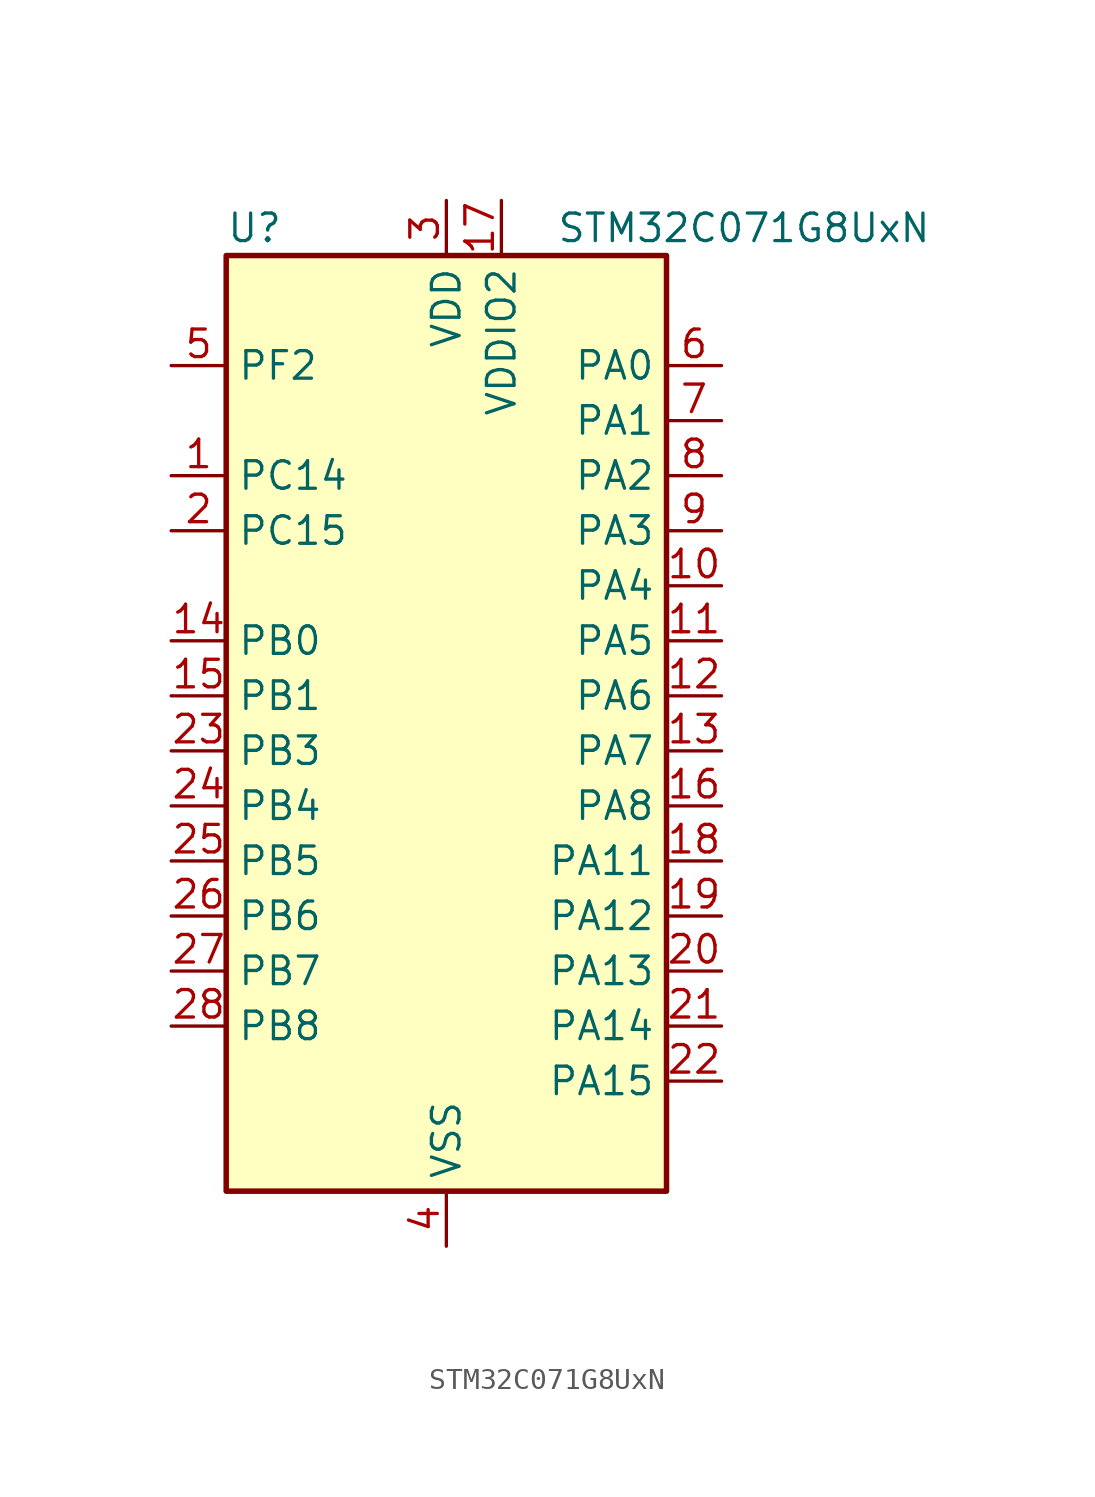
<source format=kicad_sym>
(kicad_symbol_lib
  (version 20241209)
  (generator "kicad_symbol_editor")
  (generator_version "9.0")
  (symbol "STM32C071G8UxN"
    (property "Reference" "U"
      (at -10.16 24.13 0)
      (effects (font (size 1.27 1.27)) (justify left)))
    (property "Value" "STM32C071G8UxN"
      (at 5.08 24.13 0)
      (effects (font (size 1.27 1.27)) (justify left)))
    (symbol "STM32C071G8UxN_0_1"
      (rectangle (start -10.16 -20.32) (end 10.16 22.86) (stroke (width 0.254) (type default)) (fill (type background))))
    (symbol "STM32C071G8UxN_1_1"
      (pin bidirectional line (at -12.7 17.78 0) (length 2.54) (name "PF2" (effects (font (size 1.27 1.27)))) (number "5" (effects (font (size 1.27 1.27)))) (alternate "RCC_MCO" bidirectional line) (alternate "TIM1_CH4" bidirectional line))
      (pin bidirectional line (at -12.7 12.7 0) (length 2.54) (name "PC14" (effects (font (size 1.27 1.27)))) (number "1" (effects (font (size 1.27 1.27)))) (alternate "I2C1_SDA" bidirectional line) (alternate "IR_OUT" bidirectional line) (alternate "RCC_OSCX_IN" bidirectional line) (alternate "SPI2_NSS" bidirectional line) (alternate "TIM17_CH1" bidirectional line) (alternate "TIM1_BKIN2" bidirectional line) (alternate "TIM1_ETR" bidirectional line) (alternate "TIM3_CH2" bidirectional line) (alternate "USART1_TX" bidirectional line) (alternate "USART2_CK" bidirectional line) (alternate "USART2_DE" bidirectional line) (alternate "USART2_RTS" bidirectional line))
      (pin bidirectional line (at -12.7 10.16 0) (length 2.54) (name "PC15" (effects (font (size 1.27 1.27)))) (number "2" (effects (font (size 1.27 1.27)))) (alternate "RCC_OSC32_EN" bidirectional line) (alternate "RCC_OSCX_OUT" bidirectional line) (alternate "RCC_OSC_EN" bidirectional line) (alternate "TIM1_ETR" bidirectional line) (alternate "TIM3_CH3" bidirectional line))
      (pin bidirectional line (at -12.7 5.08 0) (length 2.54) (name "PB0" (effects (font (size 1.27 1.27)))) (number "14" (effects (font (size 1.27 1.27)))) (alternate "ADC1_IN17" bidirectional line) (alternate "I2S1_WS" bidirectional line) (alternate "SPI1_NSS" bidirectional line) (alternate "TIM1_CH2N" bidirectional line) (alternate "TIM3_CH3" bidirectional line))
      (pin bidirectional line (at -12.7 2.54 0) (length 2.54) (name "PB1" (effects (font (size 1.27 1.27)))) (number "15" (effects (font (size 1.27 1.27)))) (alternate "ADC1_IN18" bidirectional line) (alternate "TIM14_CH1" bidirectional line) (alternate "TIM1_CH2N" bidirectional line) (alternate "TIM1_CH3N" bidirectional line) (alternate "TIM3_CH4" bidirectional line))
      (pin bidirectional line (at -12.7 0 0) (length 2.54) (name "PB3" (effects (font (size 1.27 1.27)))) (number "23" (effects (font (size 1.27 1.27)))) (alternate "I2C2_SCL" bidirectional line) (alternate "I2S1_CK" bidirectional line) (alternate "SPI1_SCK" bidirectional line) (alternate "TIM1_CH2" bidirectional line) (alternate "TIM2_CH2" bidirectional line) (alternate "TIM3_CH2" bidirectional line) (alternate "USART1_CK" bidirectional line) (alternate "USART1_DE" bidirectional line) (alternate "USART1_RTS" bidirectional line))
      (pin bidirectional line (at -12.7 -2.54 0) (length 2.54) (name "PB4" (effects (font (size 1.27 1.27)))) (number "24" (effects (font (size 1.27 1.27)))) (alternate "I2C2_SDA" bidirectional line) (alternate "I2S1_MCK" bidirectional line) (alternate "SPI1_MISO" bidirectional line) (alternate "TIM17_BKIN" bidirectional line) (alternate "TIM3_CH1" bidirectional line) (alternate "USART1_CTS" bidirectional line) (alternate "USART1_NSS" bidirectional line))
      (pin bidirectional line (at -12.7 -5.08 0) (length 2.54) (name "PB5" (effects (font (size 1.27 1.27)))) (number "25" (effects (font (size 1.27 1.27)))) (alternate "I2C1_SMBA" bidirectional line) (alternate "I2S1_SD" bidirectional line) (alternate "PWR_WKUP6" bidirectional line) (alternate "SPI1_MOSI" bidirectional line) (alternate "TIM16_BKIN" bidirectional line) (alternate "TIM3_CH2" bidirectional line) (alternate "TIM3_CH3" bidirectional line))
      (pin bidirectional line (at -12.7 -7.62 0) (length 2.54) (name "PB6" (effects (font (size 1.27 1.27)))) (number "26" (effects (font (size 1.27 1.27)))) (alternate "I2C1_SCL" bidirectional line) (alternate "I2C1_SMBA" bidirectional line) (alternate "I2S1_CK" bidirectional line) (alternate "I2S1_MCK" bidirectional line) (alternate "I2S1_SD" bidirectional line) (alternate "PWR_WKUP3" bidirectional line) (alternate "SPI1_MISO" bidirectional line) (alternate "SPI1_MOSI" bidirectional line) (alternate "SPI1_SCK" bidirectional line) (alternate "SPI2_MISO" bidirectional line) (alternate "TIM16_BKIN" bidirectional line) (alternate "TIM16_CH1N" bidirectional line) (alternate "TIM17_BKIN" bidirectional line) (alternate "TIM1_CH2" bidirectional line) (alternate "TIM1_CH3" bidirectional line) (alternate "TIM3_CH1" bidirectional line) (alternate "TIM3_CH2" bidirectional line) (alternate "TIM3_CH3" bidirectional line) (alternate "USART1_CTS" bidirectional line) (alternate "USART1_NSS" bidirectional line) (alternate "USART1_TX" bidirectional line))
      (pin bidirectional line (at -12.7 -10.16 0) (length 2.54) (name "PB7" (effects (font (size 1.27 1.27)))) (number "27" (effects (font (size 1.27 1.27)))) (alternate "I2C1_SCL" bidirectional line) (alternate "I2C1_SDA" bidirectional line) (alternate "RTC_REFIN" bidirectional line) (alternate "SPI2_MOSI" bidirectional line) (alternate "TIM16_CH1" bidirectional line) (alternate "TIM17_CH1N" bidirectional line) (alternate "TIM1_CH4" bidirectional line) (alternate "TIM3_CH1" bidirectional line) (alternate "TIM3_CH4" bidirectional line) (alternate "USART1_RX" bidirectional line) (alternate "USART2_CTS" bidirectional line) (alternate "USART2_NSS" bidirectional line))
      (pin bidirectional line (at -12.7 -12.7 0) (length 2.54) (name "PB8" (effects (font (size 1.27 1.27)))) (number "28" (effects (font (size 1.27 1.27)))) (alternate "I2C1_SCL" bidirectional line) (alternate "SPI2_SCK" bidirectional line) (alternate "TIM16_CH1" bidirectional line) (alternate "TIM3_CH1" bidirectional line) (alternate "USART2_CTS" bidirectional line) (alternate "USART2_NSS" bidirectional line))
      (pin power_in line (at 0 25.4 270) (length 2.54) (name "VDD" (effects (font (size 1.27 1.27)))) (number "3" (effects (font (size 1.27 1.27)))))
      (pin power_in line (at 0 -22.86 90) (length 2.54) (name "VSS" (effects (font (size 1.27 1.27)))) (number "4" (effects (font (size 1.27 1.27)))))
      (pin power_in line (at 2.54 25.4 270) (length 2.54) (name "VDDIO2" (effects (font (size 1.27 1.27)))) (number "17" (effects (font (size 1.27 1.27)))))
      (pin bidirectional line (at 12.7 17.78 180) (length 2.54) (name "PA0" (effects (font (size 1.27 1.27)))) (number "6" (effects (font (size 1.27 1.27)))) (alternate "ADC1_IN0" bidirectional line) (alternate "PWR_WKUP1" bidirectional line) (alternate "SPI2_SCK" bidirectional line) (alternate "TIM16_CH1" bidirectional line) (alternate "TIM1_CH1" bidirectional line) (alternate "TIM2_CH1" bidirectional line) (alternate "TIM2_ETR" bidirectional line) (alternate "USART1_TX" bidirectional line) (alternate "USART2_CTS" bidirectional line) (alternate "USART2_NSS" bidirectional line))
      (pin bidirectional line (at 12.7 15.24 180) (length 2.54) (name "PA1" (effects (font (size 1.27 1.27)))) (number "7" (effects (font (size 1.27 1.27)))) (alternate "ADC1_IN1" bidirectional line) (alternate "I2C1_SMBA" bidirectional line) (alternate "I2S1_CK" bidirectional line) (alternate "SPI1_SCK" bidirectional line) (alternate "TIM17_CH1" bidirectional line) (alternate "TIM1_CH2" bidirectional line) (alternate "TIM2_CH2" bidirectional line) (alternate "USART1_RX" bidirectional line) (alternate "USART2_CK" bidirectional line) (alternate "USART2_DE" bidirectional line) (alternate "USART2_RTS" bidirectional line))
      (pin bidirectional line (at 12.7 12.7 180) (length 2.54) (name "PA2" (effects (font (size 1.27 1.27)))) (number "8" (effects (font (size 1.27 1.27)))) (alternate "ADC1_IN2" bidirectional line) (alternate "I2S1_SD" bidirectional line) (alternate "PWR_WKUP4" bidirectional line) (alternate "RCC_LSCO" bidirectional line) (alternate "SPI1_MOSI" bidirectional line) (alternate "TIM16_CH1N" bidirectional line) (alternate "TIM1_CH3" bidirectional line) (alternate "TIM2_CH3" bidirectional line) (alternate "TIM3_ETR" bidirectional line) (alternate "USART2_TX" bidirectional line))
      (pin bidirectional line (at 12.7 10.16 180) (length 2.54) (name "PA3" (effects (font (size 1.27 1.27)))) (number "9" (effects (font (size 1.27 1.27)))) (alternate "ADC1_IN3" bidirectional line) (alternate "SPI2_MISO" bidirectional line) (alternate "TIM1_CH1N" bidirectional line) (alternate "TIM1_CH4" bidirectional line) (alternate "TIM2_CH4" bidirectional line) (alternate "USART2_RX" bidirectional line))
      (pin bidirectional line (at 12.7 7.62 180) (length 2.54) (name "PA4" (effects (font (size 1.27 1.27)))) (number "10" (effects (font (size 1.27 1.27)))) (alternate "ADC1_IN4" bidirectional line) (alternate "I2S1_WS" bidirectional line) (alternate "PWR_WKUP2" bidirectional line) (alternate "RTC_OUT1" bidirectional line) (alternate "RTC_TS" bidirectional line) (alternate "SPI1_NSS" bidirectional line) (alternate "SPI2_MOSI" bidirectional line) (alternate "TIM14_CH1" bidirectional line) (alternate "TIM17_CH1N" bidirectional line) (alternate "TIM1_CH2N" bidirectional line) (alternate "USART2_TX" bidirectional line) (alternate "USB_NOE" bidirectional line))
      (pin bidirectional line (at 12.7 5.08 180) (length 2.54) (name "PA5" (effects (font (size 1.27 1.27)))) (number "11" (effects (font (size 1.27 1.27)))) (alternate "ADC1_IN5" bidirectional line) (alternate "I2S1_CK" bidirectional line) (alternate "SPI1_SCK" bidirectional line) (alternate "TIM1_CH1" bidirectional line) (alternate "TIM1_CH3N" bidirectional line) (alternate "TIM2_CH1" bidirectional line) (alternate "TIM2_ETR" bidirectional line) (alternate "USART2_RX" bidirectional line))
      (pin bidirectional line (at 12.7 2.54 180) (length 2.54) (name "PA6" (effects (font (size 1.27 1.27)))) (number "12" (effects (font (size 1.27 1.27)))) (alternate "ADC1_IN6" bidirectional line) (alternate "I2C2_SDA" bidirectional line) (alternate "I2S1_MCK" bidirectional line) (alternate "SPI1_MISO" bidirectional line) (alternate "TIM16_CH1" bidirectional line) (alternate "TIM1_BKIN" bidirectional line) (alternate "TIM3_CH1" bidirectional line))
      (pin bidirectional line (at 12.7 0 180) (length 2.54) (name "PA7" (effects (font (size 1.27 1.27)))) (number "13" (effects (font (size 1.27 1.27)))) (alternate "ADC1_IN7" bidirectional line) (alternate "I2C2_SCL" bidirectional line) (alternate "I2S1_SD" bidirectional line) (alternate "SPI1_MOSI" bidirectional line) (alternate "TIM14_CH1" bidirectional line) (alternate "TIM17_CH1" bidirectional line) (alternate "TIM1_CH1N" bidirectional line) (alternate "TIM3_CH2" bidirectional line))
      (pin bidirectional line (at 12.7 -2.54 180) (length 2.54) (name "PA8" (effects (font (size 1.27 1.27)))) (number "16" (effects (font (size 1.27 1.27)))) (alternate "ADC1_IN8" bidirectional line) (alternate "CRS_SYNC" bidirectional line) (alternate "I2S1_WS" bidirectional line) (alternate "RCC_MCO" bidirectional line) (alternate "RCC_MCO2" bidirectional line) (alternate "SPI1_NSS" bidirectional line) (alternate "SPI2_MISO" bidirectional line) (alternate "SPI2_NSS" bidirectional line) (alternate "TIM14_CH1" bidirectional line) (alternate "TIM1_CH1" bidirectional line) (alternate "TIM1_CH2N" bidirectional line) (alternate "TIM1_CH3N" bidirectional line) (alternate "TIM3_CH3" bidirectional line) (alternate "TIM3_CH4" bidirectional line) (alternate "USART1_RX" bidirectional line) (alternate "USART2_TX" bidirectional line))
      (pin bidirectional line (at 12.7 -5.08 180) (length 2.54) (name "PA11" (effects (font (size 1.27 1.27)))) (number "18" (effects (font (size 1.27 1.27)))) (alternate "ADC1_EXTI11" bidirectional line) (alternate "I2C2_SCL" bidirectional line) (alternate "I2S1_MCK" bidirectional line) (alternate "SPI1_MISO" bidirectional line) (alternate "TIM1_BKIN2" bidirectional line) (alternate "TIM1_CH4" bidirectional line) (alternate "USART1_CTS" bidirectional line) (alternate "USART1_NSS" bidirectional line) (alternate "USB_DM" bidirectional line))
      (pin bidirectional line (at 12.7 -7.62 180) (length 2.54) (name "PA12" (effects (font (size 1.27 1.27)))) (number "19" (effects (font (size 1.27 1.27)))) (alternate "I2C2_SDA" bidirectional line) (alternate "I2S1_SD" bidirectional line) (alternate "I2S_CKIN" bidirectional line) (alternate "SPI1_MOSI" bidirectional line) (alternate "TIM1_ETR" bidirectional line) (alternate "USART1_CK" bidirectional line) (alternate "USART1_DE" bidirectional line) (alternate "USART1_RTS" bidirectional line) (alternate "USB_DP" bidirectional line))
      (pin bidirectional line (at 12.7 -10.16 180) (length 2.54) (name "PA13" (effects (font (size 1.27 1.27)))) (number "20" (effects (font (size 1.27 1.27)))) (alternate "ADC1_IN13" bidirectional line) (alternate "DEBUG_SWDIO" bidirectional line) (alternate "IR_OUT" bidirectional line) (alternate "TIM3_ETR" bidirectional line) (alternate "USART2_RX" bidirectional line) (alternate "USB_NOE" bidirectional line))
      (pin bidirectional line (at 12.7 -12.7 180) (length 2.54) (name "PA14" (effects (font (size 1.27 1.27)))) (number "21" (effects (font (size 1.27 1.27)))) (alternate "ADC1_IN14" bidirectional line) (alternate "DEBUG_SWCLK" bidirectional line) (alternate "I2S1_WS" bidirectional line) (alternate "RCC_MCO2" bidirectional line) (alternate "SPI1_NSS" bidirectional line) (alternate "TIM1_CH1" bidirectional line) (alternate "USART1_CK" bidirectional line) (alternate "USART1_DE" bidirectional line) (alternate "USART1_RTS" bidirectional line) (alternate "USART2_RX" bidirectional line) (alternate "USART2_TX" bidirectional line))
      (pin bidirectional line (at 12.7 -15.24 180) (length 2.54) (name "PA15" (effects (font (size 1.27 1.27)))) (number "22" (effects (font (size 1.27 1.27)))) (alternate "I2S1_WS" bidirectional line) (alternate "RCC_MCO2" bidirectional line) (alternate "SPI1_NSS" bidirectional line) (alternate "TIM1_CH1" bidirectional line) (alternate "TIM2_CH1" bidirectional line) (alternate "TIM2_ETR" bidirectional line) (alternate "USART1_CK" bidirectional line) (alternate "USART1_DE" bidirectional line) (alternate "USART1_RTS" bidirectional line) (alternate "USART2_RX" bidirectional line) (alternate "USB_NOE" bidirectional line)))))
</source>
